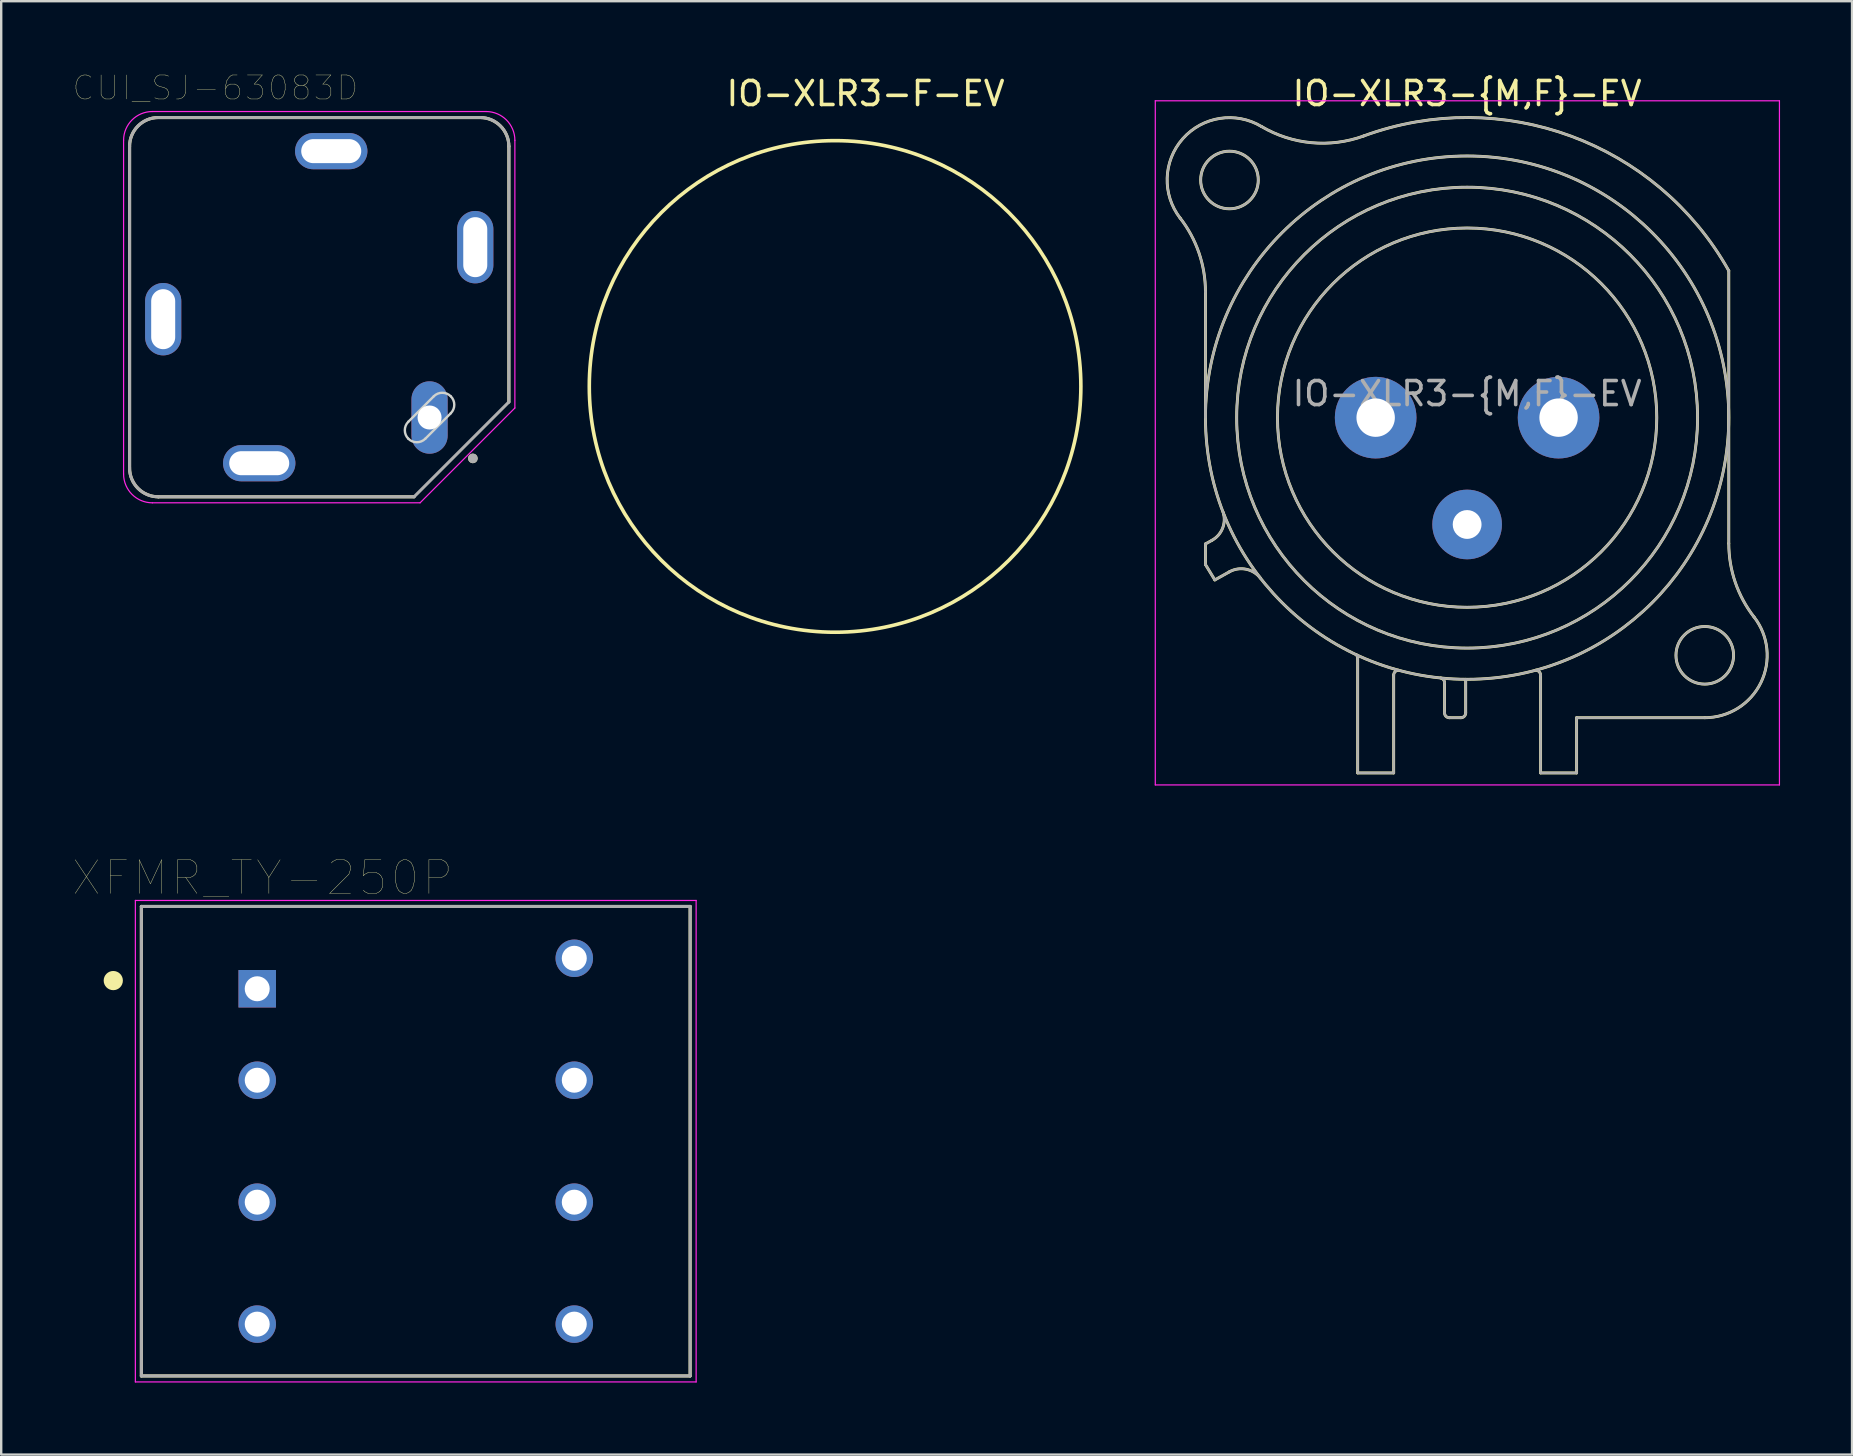
<source format=kicad_pcb>
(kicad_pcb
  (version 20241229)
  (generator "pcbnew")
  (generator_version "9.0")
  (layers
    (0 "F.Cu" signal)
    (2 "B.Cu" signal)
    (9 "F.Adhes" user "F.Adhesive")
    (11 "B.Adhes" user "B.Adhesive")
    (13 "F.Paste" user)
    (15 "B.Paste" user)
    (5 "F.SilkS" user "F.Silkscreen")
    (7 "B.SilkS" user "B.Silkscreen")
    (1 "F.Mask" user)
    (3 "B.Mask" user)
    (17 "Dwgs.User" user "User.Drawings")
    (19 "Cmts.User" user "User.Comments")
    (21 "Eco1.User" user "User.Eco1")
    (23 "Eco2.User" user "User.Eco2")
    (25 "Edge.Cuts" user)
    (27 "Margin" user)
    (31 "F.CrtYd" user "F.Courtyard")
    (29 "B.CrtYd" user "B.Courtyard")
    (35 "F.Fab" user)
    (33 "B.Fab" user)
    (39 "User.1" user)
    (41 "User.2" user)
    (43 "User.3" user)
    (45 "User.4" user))
  (footprint "XFMR_TY-250P"
    (layer "F.Cu")
    (at 14.269 44.489)
    (property "Reference" "XFMR_TY-250P" (at -6.385 -10.97 0) (layer "F.SilkS") (effects (font (size 1.4 1.4) (thickness 0.015))))
    (attr through_hole)
    (fp_line (start -11.43 -9.779) (end 11.43 -9.779) (stroke (width 0.127) (type solid)) (layer "F.SilkS"))
    (fp_line (start -11.43 9.779) (end -11.43 -9.779) (stroke (width 0.127) (type solid)) (layer "F.SilkS"))
    (fp_line (start 11.43 -9.779) (end 11.43 9.779) (stroke (width 0.127) (type solid)) (layer "F.SilkS"))
    (fp_line (start 11.43 9.779) (end -11.43 9.779) (stroke (width 0.127) (type solid)) (layer "F.SilkS"))
    (fp_circle (center -12.6 -6.691) (end -12.4 -6.691) (stroke (width 0.4) (type solid)) (fill no) (layer "F.SilkS"))
    (fp_line (start -11.68 -10.029) (end 11.68 -10.029) (stroke (width 0.05) (type solid)) (layer "F.CrtYd"))
    (fp_line (start -11.68 10.029) (end -11.68 -10.029) (stroke (width 0.05) (type solid)) (layer "F.CrtYd"))
    (fp_line (start 11.68 -10.029) (end 11.68 10.029) (stroke (width 0.05) (type solid)) (layer "F.CrtYd"))
    (fp_line (start 11.68 10.029) (end -11.68 10.029) (stroke (width 0.05) (type solid)) (layer "F.CrtYd"))
    (fp_line (start -11.43 -9.779) (end 11.43 -9.779) (stroke (width 0.127) (type solid)) (layer "F.Fab"))
    (fp_line (start -11.43 9.779) (end -11.43 -9.779) (stroke (width 0.127) (type solid)) (layer "F.Fab"))
    (fp_line (start 11.43 -9.779) (end 11.43 9.779) (stroke (width 0.127) (type solid)) (layer "F.Fab"))
    (fp_line (start 11.43 9.779) (end -11.43 9.779) (stroke (width 0.127) (type solid)) (layer "F.Fab"))
    (pad "1" thru_hole rect (at -6.604 -6.35) (size 1.562 1.562) (drill 1.041) (layers "*.Cu" "*.Mask"))
    (pad "2" thru_hole circle (at -6.604 -2.54) (size 1.562 1.562) (drill 1.041) (layers "*.Cu" "*.Mask"))
    (pad "3" thru_hole circle (at -6.604 2.54) (size 1.562 1.562) (drill 1.041) (layers "*.Cu" "*.Mask"))
    (pad "4" thru_hole circle (at -6.604 7.62) (size 1.562 1.562) (drill 1.041) (layers "*.Cu" "*.Mask"))
    (pad "5" thru_hole circle (at 6.604 7.62) (size 1.562 1.562) (drill 1.041) (layers "*.Cu" "*.Mask"))
    (pad "6" thru_hole circle (at 6.604 2.54) (size 1.562 1.562) (drill 1.041) (layers "*.Cu" "*.Mask"))
    (pad "7" thru_hole circle (at 6.604 -2.54) (size 1.562 1.562) (drill 1.041) (layers "*.Cu" "*.Mask"))
    (pad "8" thru_hole circle (at 6.604 -7.62) (size 1.562 1.562) (drill 1.041) (layers "*.Cu" "*.Mask")))
  (footprint "IO-XLR3-{M,F}-EV"
    (layer "F.Cu")
    (at 61.876 14.348)
    (property "Reference" "IO-XLR3-{M,F}-EV" (at -3.81 -13.5 0) (layer "F.SilkS") (effects (font (size 1 1) (thickness 0.15))))
    (attr through_hole)
    (fp_line (start -14.71 0) (end -14.71 -5.24) (stroke (width 0.12) (type solid)) (layer "F.SilkS"))
    (fp_line (start -14.71 5.26) (end -14.44 5.11) (stroke (width 0.12) (type solid)) (layer "F.SilkS"))
    (fp_line (start -14.71 6.12) (end -14.71 5.26) (stroke (width 0.12) (type solid)) (layer "F.SilkS"))
    (fp_line (start -14.32 6.76) (end -14.71 6.12) (stroke (width 0.12) (type solid)) (layer "F.SilkS"))
    (fp_line (start -13.71 6.42) (end -14.32 6.76) (stroke (width 0.12) (type solid)) (layer "F.SilkS"))
    (fp_line (start -8.37 10.03) (end -8.37 14.8) (stroke (width 0.12) (type solid)) (layer "F.SilkS"))
    (fp_line (start -6.87 14.8) (end -8.37 14.8) (stroke (width 0.12) (type solid)) (layer "F.SilkS"))
    (fp_line (start -6.87 14.8) (end -6.87 10.73) (stroke (width 0.12) (type solid)) (layer "F.SilkS"))
    (fp_line (start -4.75 11.04) (end -4.75 12.3) (stroke (width 0.12) (type solid)) (layer "F.SilkS"))
    (fp_line (start -4.07 12.5) (end -4.55 12.5) (stroke (width 0.12) (type solid)) (layer "F.SilkS"))
    (fp_line (start -3.87 10.9) (end -3.87 12.3) (stroke (width 0.12) (type solid)) (layer "F.SilkS"))
    (fp_line (start -0.75 10.73) (end -0.75 10.73) (stroke (width 0.12) (type solid)) (layer "F.SilkS"))
    (fp_line (start -0.75 14.8) (end -0.75 10.73) (stroke (width 0.12) (type solid)) (layer "F.SilkS"))
    (fp_line (start 0.75 12.5) (end 6.09 12.5) (stroke (width 0.12) (type solid)) (layer "F.SilkS"))
    (fp_line (start 0.75 14.8) (end -0.75 14.8) (stroke (width 0.12) (type solid)) (layer "F.SilkS"))
    (fp_line (start 0.75 14.8) (end 0.75 12.5) (stroke (width 0.12) (type solid)) (layer "F.SilkS"))
    (fp_line (start 7.09 5.24) (end 7.09 -6.12) (stroke (width 0.12) (type solid)) (layer "F.SilkS"))
    (fp_arc (start -15.766689 -8.317569) (mid -14.98153 -6.866962) (end -14.71 -5.24) (stroke (width 0.12) (type solid)) (layer "F.SilkS"))
    (fp_arc (start -15.761979 -8.309032) (mid -15.65429 -11.620911) (end -12.38 -12.13) (stroke (width 0.12) (type solid)) (layer "F.SilkS"))
    (fp_arc (start -13.969214 3.951372) (mid -13.999461 4.614043) (end -14.44 5.11) (stroke (width 0.12) (type solid)) (layer "F.SilkS"))
    (fp_arc (start -13.71 6.42) (mid -13.01025 6.315915) (end -12.412202 6.693832) (stroke (width 0.12) (type solid)) (layer "F.SilkS"))
    (fp_arc (start -8.436364 9.870864) (mid -8.385177 9.942924) (end -8.37 10.03) (stroke (width 0.12) (type solid)) (layer "F.SilkS"))
    (fp_arc (start -8.12905 -11.730738) (mid 0.51404 -11.7289) (end 7.09 -6.12) (stroke (width 0.12) (type solid)) (layer "F.SilkS"))
    (fp_arc (start -8.118081 -11.733841) (mid -10.293498 -11.453642) (end -12.38 -12.13) (stroke (width 0.12) (type solid)) (layer "F.SilkS"))
    (fp_arc (start -6.87 10.73) (mid -6.814828 10.588126) (end -6.678303 10.520799) (stroke (width 0.12) (type solid)) (layer "F.SilkS"))
    (fp_arc (start -4.908418 10.84437) (mid -4.794571 10.914136) (end -4.75 11.04) (stroke (width 0.12) (type solid)) (layer "F.SilkS"))
    (fp_arc (start -4.55 12.5) (mid -4.691421 12.441421) (end -4.75 12.3) (stroke (width 0.12) (type solid)) (layer "F.SilkS"))
    (fp_arc (start -3.87 12.3) (mid -3.928579 12.441421) (end -4.07 12.5) (stroke (width 0.12) (type solid)) (layer "F.SilkS"))
    (fp_arc (start -0.949009 10.520288) (mid -0.807671 10.585446) (end -0.75 10.73) (stroke (width 0.12) (type solid)) (layer "F.SilkS"))
    (fp_arc (start 8.141619 8.302858) (mid 8.42587 11.041804) (end 6.09 12.5) (stroke (width 0.12) (type solid)) (layer "F.SilkS"))
    (fp_arc (start 8.14247 8.305283) (mid 7.360446 6.860467) (end 7.09 5.24) (stroke (width 0.12) (type solid)) (layer "F.SilkS"))
    (fp_circle (center -13.71 -9.9) (end -12.51 -9.9) (stroke (width 0.12) (type solid)) (fill no) (layer "F.SilkS"))
    (fp_circle (center -3.81 0) (end 4.09 0) (stroke (width 0.12) (type solid)) (fill no) (layer "F.SilkS"))
    (fp_circle (center -3.81 0) (end 5.79 0) (stroke (width 0.12) (type solid)) (fill no) (layer "F.SilkS"))
    (fp_circle (center -3.81 0) (end 7.09 0) (stroke (width 0.12) (type solid)) (fill no) (layer "F.SilkS"))
    (fp_circle (center 6.09 9.9) (end 7.29 9.9) (stroke (width 0.12) (type solid)) (fill no) (layer "F.SilkS"))
    (fp_line (start -16.8 -13.2) (end 9.2 -13.2) (stroke (width 0.05) (type solid)) (layer "F.CrtYd"))
    (fp_line (start -16.8 15.3) (end -16.8 -13.2) (stroke (width 0.05) (type solid)) (layer "F.CrtYd"))
    (fp_line (start 9.2 -13.2) (end 9.2 15.3) (stroke (width 0.05) (type solid)) (layer "F.CrtYd"))
    (fp_line (start 9.2 15.3) (end -16.8 15.3) (stroke (width 0.05) (type solid)) (layer "F.CrtYd"))
    (fp_line (start -14.71 0) (end -14.71 -5.24) (stroke (width 0.1) (type solid)) (layer "F.Fab"))
    (fp_line (start -14.71 5.26) (end -14.44 5.11) (stroke (width 0.1) (type solid)) (layer "F.Fab"))
    (fp_line (start -14.71 6.12) (end -14.71 5.26) (stroke (width 0.1) (type solid)) (layer "F.Fab"))
    (fp_line (start -14.32 6.76) (end -14.71 6.12) (stroke (width 0.1) (type solid)) (layer "F.Fab"))
    (fp_line (start -13.71 6.42) (end -14.32 6.76) (stroke (width 0.1) (type solid)) (layer "F.Fab"))
    (fp_line (start -8.37 10.03) (end -8.37 14.8) (stroke (width 0.1) (type solid)) (layer "F.Fab"))
    (fp_line (start -6.87 14.8) (end -8.37 14.8) (stroke (width 0.1) (type solid)) (layer "F.Fab"))
    (fp_line (start -6.87 14.8) (end -6.87 10.73) (stroke (width 0.1) (type solid)) (layer "F.Fab"))
    (fp_line (start -4.75 11.04) (end -4.75 12.3) (stroke (width 0.1) (type solid)) (layer "F.Fab"))
    (fp_line (start -4.07 12.5) (end -4.55 12.5) (stroke (width 0.1) (type solid)) (layer "F.Fab"))
    (fp_line (start -3.87 10.9) (end -3.87 12.3) (stroke (width 0.1) (type solid)) (layer "F.Fab"))
    (fp_line (start -0.75 10.73) (end -0.75 10.73) (stroke (width 0.1) (type solid)) (layer "F.Fab"))
    (fp_line (start -0.75 14.8) (end -0.75 10.73) (stroke (width 0.1) (type solid)) (layer "F.Fab"))
    (fp_line (start 0.75 12.5) (end 6.09 12.5) (stroke (width 0.1) (type solid)) (layer "F.Fab"))
    (fp_line (start 0.75 14.8) (end -0.75 14.8) (stroke (width 0.1) (type solid)) (layer "F.Fab"))
    (fp_line (start 0.75 14.8) (end 0.75 12.5) (stroke (width 0.1) (type solid)) (layer "F.Fab"))
    (fp_line (start 7.09 5.24) (end 7.09 -6.12) (stroke (width 0.1) (type solid)) (layer "F.Fab"))
    (fp_arc (start -15.766689 -8.317569) (mid -14.98153 -6.866962) (end -14.71 -5.24) (stroke (width 0.1) (type solid)) (layer "F.Fab"))
    (fp_arc (start -15.761979 -8.309032) (mid -15.65429 -11.620911) (end -12.38 -12.13) (stroke (width 0.1) (type solid)) (layer "F.Fab"))
    (fp_arc (start -13.969214 3.951372) (mid -13.999461 4.614043) (end -14.44 5.11) (stroke (width 0.1) (type solid)) (layer "F.Fab"))
    (fp_arc (start -13.71 6.42) (mid -13.01025 6.315915) (end -12.412202 6.693832) (stroke (width 0.1) (type solid)) (layer "F.Fab"))
    (fp_arc (start -8.436364 9.870864) (mid -8.385177 9.942924) (end -8.37 10.03) (stroke (width 0.1) (type solid)) (layer "F.Fab"))
    (fp_arc (start -8.12905 -11.730738) (mid 0.51404 -11.7289) (end 7.09 -6.12) (stroke (width 0.1) (type solid)) (layer "F.Fab"))
    (fp_arc (start -8.118081 -11.733841) (mid -10.293498 -11.453642) (end -12.38 -12.13) (stroke (width 0.1) (type solid)) (layer "F.Fab"))
    (fp_arc (start -6.87 10.73) (mid -6.814828 10.588126) (end -6.678303 10.520799) (stroke (width 0.1) (type solid)) (layer "F.Fab"))
    (fp_arc (start -4.908418 10.84437) (mid -4.794571 10.914136) (end -4.75 11.04) (stroke (width 0.1) (type solid)) (layer "F.Fab"))
    (fp_arc (start -4.55 12.5) (mid -4.691421 12.441421) (end -4.75 12.3) (stroke (width 0.1) (type solid)) (layer "F.Fab"))
    (fp_arc (start -3.87 12.3) (mid -3.928579 12.441421) (end -4.07 12.5) (stroke (width 0.1) (type solid)) (layer "F.Fab"))
    (fp_arc (start -0.949009 10.520288) (mid -0.807671 10.585446) (end -0.75 10.73) (stroke (width 0.1) (type solid)) (layer "F.Fab"))
    (fp_arc (start 8.141619 8.302858) (mid 8.42587 11.041804) (end 6.09 12.5) (stroke (width 0.1) (type solid)) (layer "F.Fab"))
    (fp_arc (start 8.14247 8.305283) (mid 7.360446 6.860467) (end 7.09 5.24) (stroke (width 0.1) (type solid)) (layer "F.Fab"))
    (fp_circle (center -13.71 -9.9) (end -12.51 -9.9) (stroke (width 0.1) (type solid)) (fill no) (layer "F.Fab"))
    (fp_circle (center -3.81 0) (end 4.09 0) (stroke (width 0.1) (type solid)) (fill no) (layer "F.Fab"))
    (fp_circle (center -3.81 0) (end 5.79 0) (stroke (width 0.1) (type solid)) (fill no) (layer "F.Fab"))
    (fp_circle (center -3.81 0) (end 7.09 0) (stroke (width 0.1) (type solid)) (fill no) (layer "F.Fab"))
    (fp_circle (center 6.09 9.9) (end 7.29 9.9) (stroke (width 0.1) (type solid)) (fill no) (layer "F.Fab"))
    (fp_text user "${REFERENCE}" (at -3.81 -1 0) (layer "F.Fab") (effects (font (size 1 1) (thickness 0.15))))
    (pad "1" thru_hole circle (at 0 0) (size 3.4 3.4) (drill 1.6) (layers "*.Cu" "*.Mask"))
    (pad "2" thru_hole circle (at -7.62 0) (size 3.4 3.4) (drill 1.6) (layers "*.Cu" "*.Mask"))
    (pad "3" thru_hole circle (at -3.81 4.45) (size 2.9 2.9) (drill 1.2) (layers "*.Cu" "*.Mask")))
  (footprint "CUI_SJ-63083D"
    (layer "F.Cu")
    (at 10.248 9.746)
    (property "Reference" "CUI_SJ-63083D" (at -4.325 -9.135 0) (layer "F.SilkS") (effects (font (size 1 1) (thickness 0.015))))
    (attr through_hole)
    (fp_line (start -7.9 6.7) (end -7.9 -6.7) (stroke (width 0.127) (type solid)) (layer "F.SilkS"))
    (fp_line (start -6.7 -7.9) (end 6.7 -7.9) (stroke (width 0.127) (type solid)) (layer "F.SilkS"))
    (fp_line (start 3.95 7.9) (end -6.7 7.9) (stroke (width 0.127) (type solid)) (layer "F.SilkS"))
    (fp_line (start 7.9 -6.7) (end 7.9 3.95) (stroke (width 0.127) (type solid)) (layer "F.SilkS"))
    (fp_arc (start -7.9 -6.7) (mid -7.548528 -7.548528) (end -6.7 -7.9) (stroke (width 0.127) (type solid)) (layer "F.SilkS"))
    (fp_arc (start -6.7 7.9) (mid -7.548528 7.548528) (end -7.9 6.7) (stroke (width 0.127) (type solid)) (layer "F.SilkS"))
    (fp_arc (start 6.7 -7.9) (mid 7.548528 -7.548528) (end 7.9 -6.7) (stroke (width 0.127) (type solid)) (layer "F.SilkS"))
    (fp_circle (center 6.4 6.3) (end 6.5 6.3) (stroke (width 0.2) (type solid)) (fill no) (layer "F.SilkS"))
    (fp_line (start 3.712 4.773) (end 4.773 3.712) (stroke (width 0.1) (type solid)) (layer "Edge.Cuts"))
    (fp_line (start 5.48 4.419) (end 4.419 5.48) (stroke (width 0.1) (type solid)) (layer "Edge.Cuts"))
    (fp_arc (start 3.71212 5.47988) (mid 3.565675 5.12633) (end 3.71212 4.77278) (stroke (width 0.1) (type solid)) (layer "Edge.Cuts"))
    (fp_arc (start 4.41922 5.47988) (mid 4.06567 5.626325) (end 3.71212 5.47988) (stroke (width 0.1) (type solid)) (layer "Edge.Cuts"))
    (fp_arc (start 4.77278 3.71212) (mid 5.12633 3.565675) (end 5.47988 3.71212) (stroke (width 0.1) (type solid)) (layer "Edge.Cuts"))
    (fp_arc (start 5.47988 3.71212) (mid 5.626325 4.06567) (end 5.47988 4.41922) (stroke (width 0.1) (type solid)) (layer "Edge.Cuts"))
    (fp_line (start -8.15 6.95) (end -8.15 -6.95) (stroke (width 0.05) (type solid)) (layer "F.CrtYd"))
    (fp_line (start -6.95 -8.15) (end 6.95 -8.15) (stroke (width 0.05) (type solid)) (layer "F.CrtYd"))
    (fp_line (start 4.2 8.15) (end -6.95 8.15) (stroke (width 0.05) (type solid)) (layer "F.CrtYd"))
    (fp_line (start 8.15 -6.95) (end 8.15 4.2) (stroke (width 0.05) (type solid)) (layer "F.CrtYd"))
    (fp_line (start 8.15 4.2) (end 4.2 8.15) (stroke (width 0.05) (type solid)) (layer "F.CrtYd"))
    (fp_arc (start -8.15 -6.95) (mid -7.798528 -7.798528) (end -6.95 -8.15) (stroke (width 0.05) (type solid)) (layer "F.CrtYd"))
    (fp_arc (start -6.95 8.15) (mid -7.798528 7.798528) (end -8.15 6.95) (stroke (width 0.05) (type solid)) (layer "F.CrtYd"))
    (fp_arc (start 6.95 -8.15) (mid 7.798528 -7.798528) (end 8.15 -6.95) (stroke (width 0.05) (type solid)) (layer "F.CrtYd"))
    (fp_line (start -7.9 6.7) (end -7.9 -6.7) (stroke (width 0.127) (type solid)) (layer "F.Fab"))
    (fp_line (start -6.7 -7.9) (end 6.7 -7.9) (stroke (width 0.127) (type solid)) (layer "F.Fab"))
    (fp_line (start 3.95 7.9) (end -6.7 7.9) (stroke (width 0.127) (type solid)) (layer "F.Fab"))
    (fp_line (start 7.9 -6.7) (end 7.9 3.95) (stroke (width 0.127) (type solid)) (layer "F.Fab"))
    (fp_line (start 7.9 3.95) (end 3.95 7.9) (stroke (width 0.127) (type solid)) (layer "F.Fab"))
    (fp_arc (start -7.9 -6.7) (mid -7.548528 -7.548528) (end -6.7 -7.9) (stroke (width 0.127) (type solid)) (layer "F.Fab"))
    (fp_arc (start -6.7 7.9) (mid -7.548528 7.548528) (end -7.9 6.7) (stroke (width 0.127) (type solid)) (layer "F.Fab"))
    (fp_arc (start 6.7 -7.9) (mid 7.548528 -7.548528) (end 7.9 -6.7) (stroke (width 0.127) (type solid)) (layer "F.Fab"))
    (fp_circle (center 6.4 6.3) (end 6.5 6.3) (stroke (width 0.2) (type solid)) (fill no) (layer "F.Fab"))
    (pad "1" thru_hole oval (at 4.596 4.596) (size 1.508 3.016) (drill 1) (layers "*.Cu" "*.Mask"))
    (pad "2" thru_hole oval (at -2.5 6.5) (size 3.016 1.508) (drill oval 2.5 1) (layers "*.Cu" "*.Mask"))
    (pad "3" thru_hole oval (at -6.5 0.5) (size 1.508 3.016) (drill oval 1 2.5) (layers "*.Cu" "*.Mask"))
    (pad "4" thru_hole oval (at 0.5 -6.5) (size 3.016 1.508) (drill oval 2.5 1) (layers "*.Cu" "*.Mask"))
    (pad "5" thru_hole oval (at 6.5 -2.5) (size 1.508 3.016) (drill oval 1 2.5) (layers "*.Cu" "*.Mask")))
  (footprint "IO-XLR3-F-EV"
    (layer "F.Cu")
    (at 31.737 13.048)
    (property "Reference" "IO-XLR3-F-EV" (at 1.27 -12.2 0) (layer "F.SilkS") (effects (font (size 1 1) (thickness 0.15))))
    (attr through_hole)
    (fp_circle (center 0 0) (end 8.89 5.08) (stroke (width 0.15) (type solid)) (fill no) (layer "F.SilkS")))
  (gr_rect
    (start -3 -3)
    (end 74.101 57.543)
    (stroke (width 0.1) (type default))
    (fill no)
    (layer "Edge.Cuts")))
</source>
